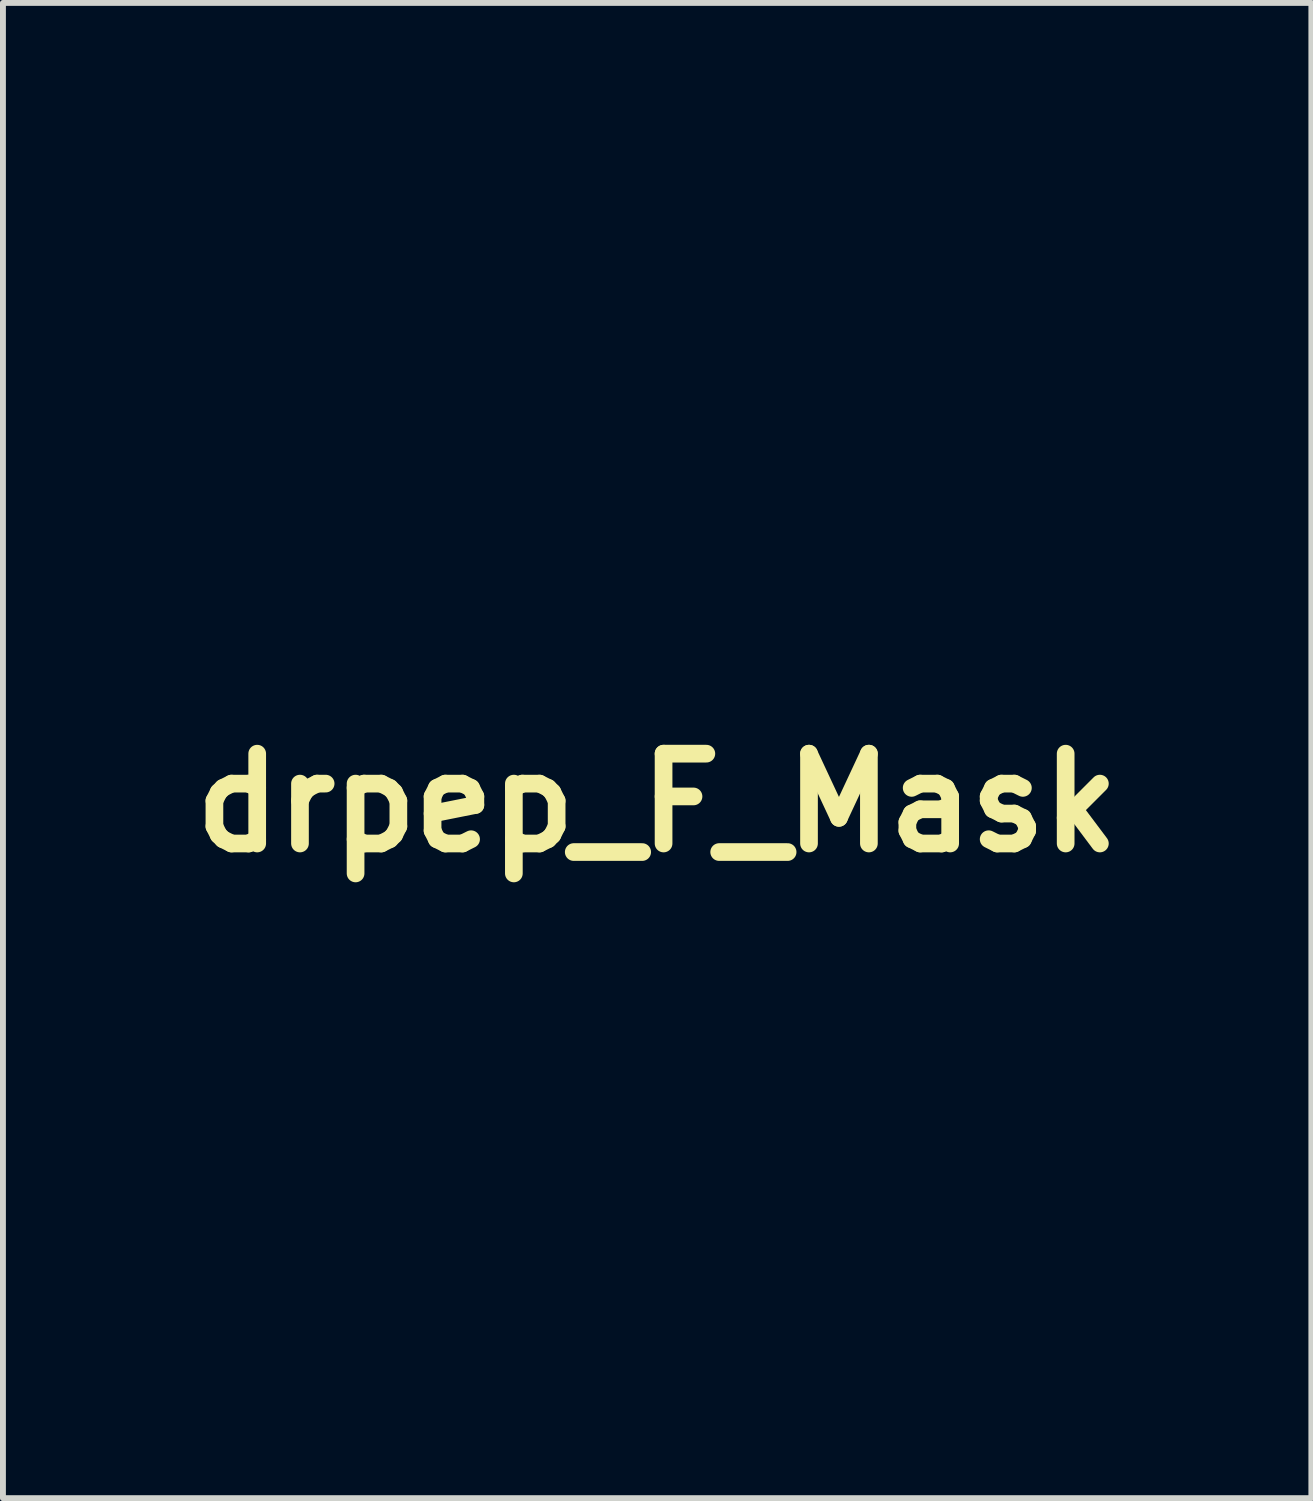
<source format=kicad_pcb>
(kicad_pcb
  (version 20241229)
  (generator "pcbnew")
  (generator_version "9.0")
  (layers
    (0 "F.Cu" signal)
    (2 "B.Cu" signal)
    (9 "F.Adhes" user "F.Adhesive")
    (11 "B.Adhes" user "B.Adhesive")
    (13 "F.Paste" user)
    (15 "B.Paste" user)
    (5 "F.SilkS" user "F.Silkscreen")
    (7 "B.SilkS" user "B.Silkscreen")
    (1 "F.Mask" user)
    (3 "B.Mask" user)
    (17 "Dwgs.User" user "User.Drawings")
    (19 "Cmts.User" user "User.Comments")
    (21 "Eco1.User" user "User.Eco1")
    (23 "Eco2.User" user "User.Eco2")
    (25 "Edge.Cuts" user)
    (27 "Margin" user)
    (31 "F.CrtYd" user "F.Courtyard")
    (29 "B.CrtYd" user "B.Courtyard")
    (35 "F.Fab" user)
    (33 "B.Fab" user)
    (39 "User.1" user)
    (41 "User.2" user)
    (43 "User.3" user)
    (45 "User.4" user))
  (footprint "drpep_F_Mask"
    (layer "F.Cu")
    (at 8.099 10.571)
    (property "Reference" "drpep_F_Mask" (at 0 0 0) (layer "F.SilkS") (effects (font (size 1.524 1.524) (thickness 0.3))))
    (attr through_hole)
    (fp_poly (pts (xy -1.286 1.834) (xy -1.295 1.987) (xy -1.402 2.182) (xy -1.545 2.336) (xy -1.651 2.357) (xy -1.693 2.241) (xy -1.693 2.238) (xy -1.646 2.025) (xy -1.531 1.85) (xy -1.394 1.778) (xy -1.286 1.834)) (stroke (width 0.01) (type solid)) (fill yes) (layer "F.Mask"))
    (fp_poly (pts (xy 2.403 -4.305) (xy 2.409 -4.235) (xy 2.328 -4.064) (xy 2.197 -3.886) (xy 2.065 -3.814) (xy 1.97 -3.858) (xy 1.947 -3.962) (xy 2.021 -4.178) (xy 2.207 -4.304) (xy 2.305 -4.318) (xy 2.403 -4.305)) (stroke (width 0.01) (type solid)) (fill yes) (layer "F.Mask"))
    (fp_poly (pts (xy 0.103 0.163) (xy 0.22 0.369) (xy 0.306 0.642) (xy 0.339 0.927) (xy 0.32 1.167) (xy 0.255 1.253) (xy 0.131 1.187) (xy -0.038 1.006) (xy -0.303 0.648) (xy -0.43 0.373) (xy -0.419 0.183) (xy -0.27 0.084) (xy -0.023 0.075) (xy 0.103 0.163)) (stroke (width 0.01) (type solid)) (fill yes) (layer "F.Mask"))
    (fp_poly (pts (xy 1.208 -1.934) (xy 1.418 -1.663) (xy 1.584 -1.408) (xy 1.667 -1.25) (xy 1.676 -1.143) (xy 1.624 -1.043) (xy 1.587 -0.994) (xy 1.476 -0.903) (xy 1.352 -0.956) (xy 1.13 -1.185) (xy 0.957 -1.465) (xy 0.866 -1.733) (xy 0.862 -1.841) (xy 0.923 -2.027) (xy 1.04 -2.058) (xy 1.208 -1.934)) (stroke (width 0.01) (type solid)) (fill yes) (layer "F.Mask"))
    (fp_poly (pts (xy -1.882 -2.404) (xy -1.604 -2.129) (xy -1.56 -2.074) (xy -1.4 -1.781) (xy -1.302 -1.435) (xy -1.275 -1.095) (xy -1.327 -0.817) (xy -1.373 -0.734) (xy -1.466 -0.631) (xy -1.553 -0.642) (xy -1.668 -0.734) (xy -1.857 -0.93) (xy -2.071 -1.199) (xy -2.282 -1.501) (xy -2.463 -1.793) (xy -2.586 -2.034) (xy -2.625 -2.17) (xy -2.549 -2.376) (xy -2.413 -2.471) (xy -2.148 -2.516) (xy -1.882 -2.404)) (stroke (width 0.01) (type solid)) (fill yes) (layer "F.Mask"))
    (fp_poly (pts (xy -0.23 -10.564) (xy 0.051 -10.563) (xy 4.768 -10.541) (xy 5.208 -9.694) (xy 5.42 -9.288) (xy 5.636 -8.877) (xy 5.824 -8.52) (xy 5.915 -8.348) (xy 6.181 -7.848) (xy 6.16 0.457) (xy 6.138 8.763) (xy -0.024 8.785) (xy -1.236 8.788) (xy -2.289 8.79) (xy -3.192 8.791) (xy -3.956 8.789) (xy -4.59 8.785) (xy -5.104 8.778) (xy -5.508 8.769) (xy -5.811 8.758) (xy -6.025 8.744) (xy -6.157 8.727) (xy -6.22 8.707) (xy -6.227 8.699) (xy -6.232 8.601) (xy -6.237 8.345) (xy -6.241 7.944) (xy -6.245 7.407) (xy -6.248 6.748) (xy -6.25 5.977) (xy -6.251 5.107) (xy -6.251 4.149) (xy -6.251 3.114) (xy -6.249 2.015) (xy -6.249 1.932) (xy -4.657 1.932) (xy -4.591 2.047) (xy -4.478 2.137) (xy -4.375 2.235) (xy -4.192 2.446) (xy -3.947 2.746) (xy -3.658 3.112) (xy -3.344 3.518) (xy -3.024 3.941) (xy -2.715 4.357) (xy -2.436 4.741) (xy -2.206 5.07) (xy -2.074 5.27) (xy -1.934 5.489) (xy -1.836 5.635) (xy -1.806 5.673) (xy -1.762 5.605) (xy -1.656 5.425) (xy -1.512 5.171) (xy -1.489 5.13) (xy -1.341 4.853) (xy -1.232 4.629) (xy -1.186 4.502) (xy -1.185 4.496) (xy -1.241 4.393) (xy -1.387 4.212) (xy -1.587 3.996) (xy -1.805 3.757) (xy -2.065 3.441) (xy -2.35 3.076) (xy -2.638 2.689) (xy -2.685 2.624) (xy -2.097 2.624) (xy -2.004 3.066) (xy -1.806 3.445) (xy -1.514 3.719) (xy -1.508 3.723) (xy -1.235 3.86) (xy -1.025 3.868) (xy -0.825 3.741) (xy -0.687 3.596) (xy -0.503 3.358) (xy -0.323 3.08) (xy -0.177 2.813) (xy -0.094 2.607) (xy -0.085 2.549) (xy -0.143 2.425) (xy -0.271 2.285) (xy -0.399 2.204) (xy -0.418 2.201) (xy -0.484 2.273) (xy -0.579 2.456) (xy -0.63 2.582) (xy -0.756 2.841) (xy -0.884 2.954) (xy -0.941 2.963) (xy -1.099 2.918) (xy -1.143 2.775) (xy -1.072 2.525) (xy -0.921 2.219) (xy -0.775 1.95) (xy -0.705 1.781) (xy -0.7 1.663) (xy -0.754 1.548) (xy -0.791 1.49) (xy -1.027 1.23) (xy -1.277 1.136) (xy -1.528 1.203) (xy -1.767 1.43) (xy -1.938 1.716) (xy -2.078 2.16) (xy -2.097 2.624) (xy -2.685 2.624) (xy -2.912 2.306) (xy -3.151 1.956) (xy -3.336 1.664) (xy -3.448 1.459) (xy -3.471 1.382) (xy -3.402 1.163) (xy -3.228 1.032) (xy -3.129 1.016) (xy -2.934 1.097) (xy -2.756 1.327) (xy -2.629 1.63) (xy -2.509 1.868) (xy -2.362 1.941) (xy -2.199 1.847) (xy -2.093 1.701) (xy -1.968 1.364) (xy -1.957 1.001) (xy -2.04 0.639) (xy -2.201 0.307) (xy -2.422 0.03) (xy -2.684 -0.162) (xy -2.972 -0.244) (xy -3.266 -0.187) (xy -3.302 -0.169) (xy -3.399 -0.071) (xy -3.559 0.138) (xy -3.761 0.426) (xy -3.983 0.76) (xy -4.203 1.105) (xy -4.401 1.429) (xy -4.555 1.699) (xy -4.644 1.882) (xy -4.657 1.932) (xy -6.249 1.932) (xy -6.247 0.862) (xy -6.245 0.248) (xy -6.24 -1.711) (xy -3.59 -1.711) (xy -3.372 -1.385) (xy -3.161 -1.084) (xy -2.905 -0.743) (xy -2.626 -0.389) (xy -2.346 -0.048) (xy -2.086 0.255) (xy -1.869 0.493) (xy -1.715 0.641) (xy -1.655 0.677) (xy -1.583 0.628) (xy -1.185 0.628) (xy -1.137 0.735) (xy -1.007 0.949) (xy -0.815 1.24) (xy -0.581 1.579) (xy -0.325 1.939) (xy -0.068 2.29) (xy 0.171 2.604) (xy 0.37 2.852) (xy 0.449 2.942) (xy 0.607 3.093) (xy 0.727 3.109) (xy 0.862 2.988) (xy 0.925 2.91) (xy 1.058 2.706) (xy 1.083 2.531) (xy 0.996 2.332) (xy 0.834 2.114) (xy 0.568 1.782) (xy 0.792 1.283) (xy 0.955 0.864) (xy 1.016 0.523) (xy 0.969 0.212) (xy 0.804 -0.112) (xy 0.516 -0.495) (xy 0.496 -0.519) (xy 0.231 -0.801) (xy 0.011 -0.939) (xy -0.189 -0.943) (xy -0.368 -0.842) (xy -0.502 -0.692) (xy -0.672 -0.442) (xy -0.851 -0.139) (xy -1.014 0.17) (xy -1.134 0.438) (xy -1.185 0.618) (xy -1.185 0.628) (xy -1.583 0.628) (xy -1.556 0.609) (xy -1.405 0.428) (xy -1.231 0.17) (xy -1.192 0.105) (xy -0.856 -0.52) (xy -0.65 -1.053) (xy -0.58 -1.449) (xy 0.002 -1.449) (xy 0.051 -1.333) (xy 0.186 -1.125) (xy 0.379 -0.866) (xy 0.454 -0.771) (xy 0.724 -0.431) (xy 1.035 -0.027) (xy 1.329 0.364) (xy 1.393 0.451) (xy 1.618 0.753) (xy 1.769 0.938) (xy 1.871 1.024) (xy 1.948 1.032) (xy 2.024 0.981) (xy 2.032 0.974) (xy 2.178 0.792) (xy 2.288 0.588) (xy 2.34 0.424) (xy 2.317 0.291) (xy 2.2 0.126) (xy 2.126 0.041) (xy 1.954 -0.175) (xy 1.881 -0.348) (xy 1.902 -0.54) (xy 2.009 -0.812) (xy 2.03 -0.859) (xy 2.133 -1.14) (xy 2.193 -1.405) (xy 2.199 -1.482) (xy 2.15 -1.911) (xy 2.011 -2.302) (xy 1.804 -2.63) (xy 1.551 -2.867) (xy 1.272 -2.989) (xy 0.989 -2.969) (xy 0.979 -2.965) (xy 0.853 -2.862) (xy 0.677 -2.649) (xy 0.479 -2.369) (xy 0.287 -2.064) (xy 0.126 -1.776) (xy 0.023 -1.547) (xy 0.002 -1.449) (xy -0.58 -1.449) (xy -0.57 -1.507) (xy -0.597 -1.838) (xy -0.755 -2.333) (xy -0.985 -2.771) (xy -1.265 -3.128) (xy -1.575 -3.383) (xy -1.893 -3.512) (xy -2.156 -3.507) (xy -2.362 -3.395) (xy -2.616 -3.167) (xy -2.888 -2.857) (xy -3.149 -2.498) (xy -3.34 -2.179) (xy -3.59 -1.711) (xy -6.24 -1.711) (xy -6.235 -3.624) (xy -1.287 -3.624) (xy -1.267 -3.486) (xy -1.155 -3.254) (xy -0.971 -2.96) (xy -0.738 -2.635) (xy -0.474 -2.313) (xy -0.355 -2.18) (xy -0.138 -1.947) (xy 0.058 -2.131) (xy 0.198 -2.316) (xy 0.254 -2.493) (xy 0.202 -2.65) (xy 0.067 -2.877) (xy -0.086 -3.081) (xy -0.341 -3.427) (xy -0.469 -3.7) (xy -0.471 -3.758) (xy 1.524 -3.758) (xy 1.595 -3.287) (xy 1.788 -2.834) (xy 2.075 -2.464) (xy 2.13 -2.415) (xy 2.377 -2.248) (xy 2.586 -2.223) (xy 2.801 -2.343) (xy 2.942 -2.477) (xy 3.14 -2.726) (xy 3.328 -3.036) (xy 3.391 -3.164) (xy 3.492 -3.411) (xy 3.523 -3.558) (xy 3.487 -3.656) (xy 3.444 -3.704) (xy 3.27 -3.792) (xy 3.097 -3.716) (xy 2.949 -3.498) (xy 2.822 -3.329) (xy 2.666 -3.236) (xy 2.529 -3.232) (xy 2.458 -3.329) (xy 2.455 -3.361) (xy 2.501 -3.525) (xy 2.616 -3.748) (xy 2.667 -3.828) (xy 2.835 -4.165) (xy 2.871 -4.466) (xy 2.773 -4.703) (xy 2.69 -4.779) (xy 2.4 -4.9) (xy 2.119 -4.871) (xy 1.869 -4.711) (xy 1.674 -4.438) (xy 1.553 -4.073) (xy 1.524 -3.758) (xy -0.471 -3.758) (xy -0.477 -3.927) (xy -0.431 -4.051) (xy -0.357 -4.222) (xy -0.339 -4.306) (xy -0.397 -4.432) (xy -0.524 -4.572) (xy -0.651 -4.654) (xy -0.67 -4.657) (xy -0.738 -4.589) (xy -0.858 -4.414) (xy -1.002 -4.175) (xy -1.145 -3.917) (xy -1.261 -3.684) (xy -1.287 -3.624) (xy -6.235 -3.624) (xy -6.23 -5.419) (xy 2.337 -5.419) (xy 2.596 -5.144) (xy 2.777 -4.93) (xy 3 -4.638) (xy 3.209 -4.339) (xy 3.388 -4.085) (xy 3.537 -3.897) (xy 3.629 -3.812) (xy 3.636 -3.81) (xy 3.733 -3.869) (xy 3.883 -4.016) (xy 3.926 -4.066) (xy 4.044 -4.227) (xy 4.087 -4.37) (xy 4.047 -4.532) (xy 3.913 -4.747) (xy 3.676 -5.05) (xy 3.656 -5.074) (xy 3.46 -5.325) (xy 3.352 -5.503) (xy 3.314 -5.666) (xy 3.322 -5.87) (xy 3.332 -5.953) (xy 3.344 -6.299) (xy 3.293 -6.533) (xy 3.186 -6.635) (xy 3.066 -6.611) (xy 2.957 -6.499) (xy 2.805 -6.281) (xy 2.643 -6) (xy 2.629 -5.975) (xy 2.337 -5.419) (xy -6.23 -5.419) (xy -6.223 -8.096) (xy -5.691 -8.883) (xy -5.461 -9.244) (xy -5.26 -9.598) (xy -5.114 -9.896) (xy -5.058 -10.05) (xy -4.966 -10.295) (xy -4.855 -10.47) (xy -4.811 -10.507) (xy -4.697 -10.522) (xy -4.427 -10.536) (xy -4.014 -10.547) (xy -3.468 -10.556) (xy -2.805 -10.562) (xy -2.035 -10.566) (xy -1.173 -10.566) (xy -0.23 -10.564)) (stroke (width 0.01) (type solid)) (fill yes) (layer "F.Mask")))
  (gr_rect
    (start -3 -3)
    (end 19.198 22.367)
    (stroke (width 0.1) (type default))
    (fill no)
    (layer "Edge.Cuts")))
</source>
